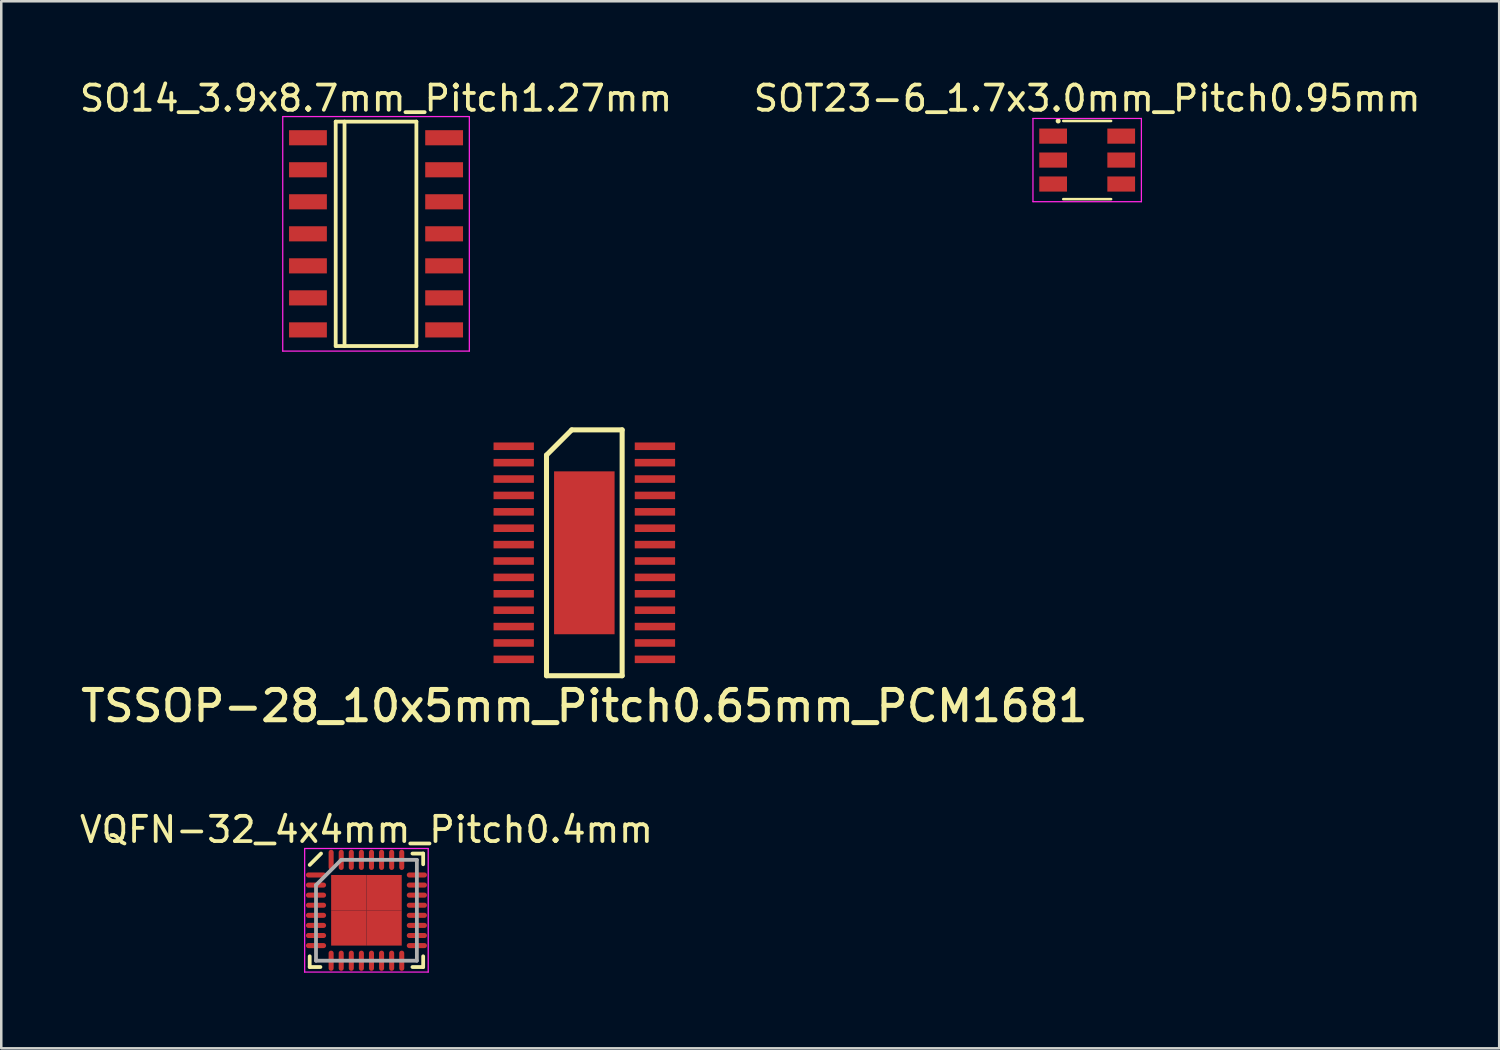
<source format=kicad_pcb>
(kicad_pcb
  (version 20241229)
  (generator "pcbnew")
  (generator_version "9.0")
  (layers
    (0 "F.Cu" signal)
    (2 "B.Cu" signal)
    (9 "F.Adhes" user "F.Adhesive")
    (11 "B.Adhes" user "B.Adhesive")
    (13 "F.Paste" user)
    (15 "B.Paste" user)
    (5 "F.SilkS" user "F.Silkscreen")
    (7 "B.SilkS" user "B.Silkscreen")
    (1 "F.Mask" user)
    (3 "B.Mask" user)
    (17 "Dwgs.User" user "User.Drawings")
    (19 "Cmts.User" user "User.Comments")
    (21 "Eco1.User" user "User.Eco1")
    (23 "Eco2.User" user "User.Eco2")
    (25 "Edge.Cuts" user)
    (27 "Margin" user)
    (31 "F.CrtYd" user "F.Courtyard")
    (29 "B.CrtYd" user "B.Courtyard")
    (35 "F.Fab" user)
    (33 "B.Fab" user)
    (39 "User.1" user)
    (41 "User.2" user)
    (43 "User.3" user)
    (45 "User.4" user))
  (footprint "TSSOP-28_10x5mm_Pitch0.65mm_PCM1681"
    (layer "F.Cu")
    (at 20.123 18.873)
    (property "Reference" "TSSOP-28_10x5mm_Pitch0.65mm_PCM1681" (at 0 6.075 0) (layer "F.SilkS") (effects (font (size 1.2 1.2) (thickness 0.2))))
    (attr through_hole)
    (fp_line (start -1.5 -3.875) (end -1.5 4.875) (stroke (width 0.2) (type solid)) (layer "F.SilkS"))
    (fp_line (start -1.5 4.875) (end 1.5 4.875) (stroke (width 0.2) (type solid)) (layer "F.SilkS"))
    (fp_line (start -0.5 -4.875) (end -1.5 -3.875) (stroke (width 0.2) (type solid)) (layer "F.SilkS"))
    (fp_line (start 1.5 -4.875) (end -0.5 -4.875) (stroke (width 0.2) (type solid)) (layer "F.SilkS"))
    (fp_line (start 1.5 4.875) (end 1.5 -4.875) (stroke (width 0.2) (type solid)) (layer "F.SilkS"))
    (pad "1" smd rect (at -2.8 -4.225) (size 1.6 0.3) (layers "F.Cu" "F.Mask" "F.Paste"))
    (pad "2" smd rect (at -2.8 -3.575) (size 1.6 0.3) (layers "F.Cu" "F.Mask" "F.Paste"))
    (pad "3" smd rect (at -2.8 -2.925) (size 1.6 0.3) (layers "F.Cu" "F.Mask" "F.Paste"))
    (pad "4" smd rect (at -2.8 -2.275) (size 1.6 0.3) (layers "F.Cu" "F.Mask" "F.Paste"))
    (pad "5" smd rect (at -2.8 -1.625) (size 1.6 0.3) (layers "F.Cu" "F.Mask" "F.Paste"))
    (pad "6" smd rect (at -2.8 -0.975) (size 1.6 0.3) (layers "F.Cu" "F.Mask" "F.Paste"))
    (pad "7" smd rect (at -2.8 -0.325) (size 1.6 0.3) (layers "F.Cu" "F.Mask" "F.Paste"))
    (pad "8" smd rect (at -2.8 0.325) (size 1.6 0.3) (layers "F.Cu" "F.Mask" "F.Paste"))
    (pad "9" smd rect (at -2.8 0.975) (size 1.6 0.3) (layers "F.Cu" "F.Mask" "F.Paste"))
    (pad "10" smd rect (at -2.8 1.625) (size 1.6 0.3) (layers "F.Cu" "F.Mask" "F.Paste"))
    (pad "11" smd rect (at -2.8 2.275) (size 1.6 0.3) (layers "F.Cu" "F.Mask" "F.Paste"))
    (pad "12" smd rect (at -2.8 2.925) (size 1.6 0.3) (layers "F.Cu" "F.Mask" "F.Paste"))
    (pad "13" smd rect (at -2.8 3.575) (size 1.6 0.3) (layers "F.Cu" "F.Mask" "F.Paste"))
    (pad "14" smd rect (at -2.8 4.225) (size 1.6 0.3) (layers "F.Cu" "F.Mask" "F.Paste"))
    (pad "15" smd rect (at 2.8 4.225) (size 1.6 0.3) (layers "F.Cu" "F.Mask" "F.Paste"))
    (pad "16" smd rect (at 2.8 3.575) (size 1.6 0.3) (layers "F.Cu" "F.Mask" "F.Paste"))
    (pad "17" smd rect (at 2.8 2.925) (size 1.6 0.3) (layers "F.Cu" "F.Mask" "F.Paste"))
    (pad "18" smd rect (at 2.8 2.275) (size 1.6 0.3) (layers "F.Cu" "F.Mask" "F.Paste"))
    (pad "19" smd rect (at 2.8 1.625) (size 1.6 0.3) (layers "F.Cu" "F.Mask" "F.Paste"))
    (pad "20" smd rect (at 2.8 0.975) (size 1.6 0.3) (layers "F.Cu" "F.Mask" "F.Paste"))
    (pad "21" smd rect (at 2.8 0.325) (size 1.6 0.3) (layers "F.Cu" "F.Mask" "F.Paste"))
    (pad "22" smd rect (at 2.8 -0.325) (size 1.6 0.3) (layers "F.Cu" "F.Mask" "F.Paste"))
    (pad "23" smd rect (at 2.8 -0.975) (size 1.6 0.3) (layers "F.Cu" "F.Mask" "F.Paste"))
    (pad "24" smd rect (at 2.8 -1.625) (size 1.6 0.3) (layers "F.Cu" "F.Mask" "F.Paste"))
    (pad "25" smd rect (at 2.8 -2.275) (size 1.6 0.3) (layers "F.Cu" "F.Mask" "F.Paste"))
    (pad "26" smd rect (at 2.8 -2.925) (size 1.6 0.3) (layers "F.Cu" "F.Mask" "F.Paste"))
    (pad "27" smd rect (at 2.8 -3.575) (size 1.6 0.3) (layers "F.Cu" "F.Mask" "F.Paste"))
    (pad "28" smd rect (at 2.8 -4.225) (size 1.6 0.3) (layers "F.Cu" "F.Mask" "F.Paste"))
    (pad "29" smd rect (at 0 0) (size 2.4 6.46) (layers "F.Cu" "F.Mask" "F.Paste")))
  (footprint "SO14_3.9x8.7mm_Pitch1.27mm"
    (layer "F.Cu")
    (at 11.863 6.223)
    (property "Reference" "SO14_3.9x8.7mm_Pitch1.27mm" (at 0 -5.375 0) (layer "F.SilkS") (effects (font (size 1 1) (thickness 0.15))))
    (attr smd)
    (fp_line (start -1.6 -4.45) (end -1.6 4.45) (stroke (width 0.15) (type solid)) (layer "F.SilkS"))
    (fp_line (start -1.6 -4.45) (end 1.6 -4.45) (stroke (width 0.15) (type solid)) (layer "F.SilkS"))
    (fp_line (start -1.6 4.45) (end 1.6 4.45) (stroke (width 0.15) (type solid)) (layer "F.SilkS"))
    (fp_line (start -1.25 -4.45) (end -1.25 4.45) (stroke (width 0.15) (type solid)) (layer "F.SilkS"))
    (fp_line (start 1.6 -4.45) (end 1.6 4.45) (stroke (width 0.15) (type solid)) (layer "F.SilkS"))
    (fp_line (start -3.7 -4.65) (end -3.7 4.65) (stroke (width 0.05) (type solid)) (layer "F.CrtYd"))
    (fp_line (start -3.7 -4.65) (end 3.7 -4.65) (stroke (width 0.05) (type solid)) (layer "F.CrtYd"))
    (fp_line (start -3.7 4.65) (end 3.7 4.65) (stroke (width 0.05) (type solid)) (layer "F.CrtYd"))
    (fp_line (start 3.7 -4.65) (end 3.7 4.65) (stroke (width 0.05) (type solid)) (layer "F.CrtYd"))
    (pad "1" smd rect (at -2.7 -3.81) (size 1.5 0.6) (layers "F.Cu" "F.Mask" "F.Paste"))
    (pad "2" smd rect (at -2.7 -2.54) (size 1.5 0.6) (layers "F.Cu" "F.Mask" "F.Paste"))
    (pad "3" smd rect (at -2.7 -1.27) (size 1.5 0.6) (layers "F.Cu" "F.Mask" "F.Paste"))
    (pad "4" smd rect (at -2.7 0) (size 1.5 0.6) (layers "F.Cu" "F.Mask" "F.Paste"))
    (pad "5" smd rect (at -2.7 1.27) (size 1.5 0.6) (layers "F.Cu" "F.Mask" "F.Paste"))
    (pad "6" smd rect (at -2.7 2.54) (size 1.5 0.6) (layers "F.Cu" "F.Mask" "F.Paste"))
    (pad "7" smd rect (at -2.7 3.81) (size 1.5 0.6) (layers "F.Cu" "F.Mask" "F.Paste"))
    (pad "8" smd rect (at 2.7 3.81) (size 1.5 0.6) (layers "F.Cu" "F.Mask" "F.Paste"))
    (pad "9" smd rect (at 2.7 2.54) (size 1.5 0.6) (layers "F.Cu" "F.Mask" "F.Paste"))
    (pad "10" smd rect (at 2.7 1.27) (size 1.5 0.6) (layers "F.Cu" "F.Mask" "F.Paste"))
    (pad "11" smd rect (at 2.7 0) (size 1.5 0.6) (layers "F.Cu" "F.Mask" "F.Paste"))
    (pad "12" smd rect (at 2.7 -1.27) (size 1.5 0.6) (layers "F.Cu" "F.Mask" "F.Paste"))
    (pad "13" smd rect (at 2.7 -2.54) (size 1.5 0.6) (layers "F.Cu" "F.Mask" "F.Paste"))
    (pad "14" smd rect (at 2.7 -3.81) (size 1.5 0.6) (layers "F.Cu" "F.Mask" "F.Paste")))
  (footprint "SOT23-6_1.7x3.0mm_Pitch0.95mm"
    (layer "F.Cu")
    (at 40.065 3.298)
    (property "Reference" "SOT23-6_1.7x3.0mm_Pitch0.95mm" (at 0 -2.45 0) (layer "F.SilkS") (effects (font (size 1 1) (thickness 0.15))))
    (attr smd)
    (fp_line (start -0.95 -1.55) (end 0.95 -1.55) (stroke (width 0.1) (type solid)) (layer "F.SilkS"))
    (fp_line (start -0.95 1.55) (end 0.95 1.55) (stroke (width 0.1) (type solid)) (layer "F.SilkS"))
    (fp_circle (center -1.15 -1.55) (end -1.1 -1.55) (stroke (width 0.1) (type solid)) (fill no) (layer "F.SilkS"))
    (fp_line (start -2.15 -1.65) (end -2.15 1.65) (stroke (width 0.05) (type solid)) (layer "F.CrtYd"))
    (fp_line (start -2.15 -1.65) (end 2.15 -1.65) (stroke (width 0.05) (type solid)) (layer "F.CrtYd"))
    (fp_line (start -2.15 1.65) (end 2.15 1.65) (stroke (width 0.05) (type solid)) (layer "F.CrtYd"))
    (fp_line (start 2.15 -1.65) (end 2.15 1.65) (stroke (width 0.05) (type solid)) (layer "F.CrtYd"))
    (pad "1" smd rect (at -1.35 -0.95) (size 1.1 0.6) (layers "F.Cu" "F.Mask" "F.Paste"))
    (pad "2" smd rect (at -1.35 0) (size 1.1 0.6) (layers "F.Cu" "F.Mask" "F.Paste"))
    (pad "3" smd rect (at -1.35 0.95) (size 1.1 0.6) (layers "F.Cu" "F.Mask" "F.Paste"))
    (pad "4" smd rect (at 1.35 0.95) (size 1.1 0.6) (layers "F.Cu" "F.Mask" "F.Paste"))
    (pad "5" smd rect (at 1.35 0) (size 1.1 0.6) (layers "F.Cu" "F.Mask" "F.Paste"))
    (pad "6" smd rect (at 1.35 -0.95) (size 1.1 0.6) (layers "F.Cu" "F.Mask" "F.Paste")))
  (footprint "VQFN-32_4x4mm_Pitch0.4mm"
    (layer "F.Cu")
    (at 11.482 33.05)
    (property "Reference" "VQFN-32_4x4mm_Pitch0.4mm" (at 0 -3.2 0) (layer "F.SilkS") (effects (font (size 1 1) (thickness 0.15))))
    (attr smd)
    (fp_line (start -2.25 2.25) (end -2.25 1.825) (stroke (width 0.15) (type solid)) (layer "F.SilkS"))
    (fp_line (start -2.25 2.25) (end -1.825 2.25) (stroke (width 0.15) (type solid)) (layer "F.SilkS"))
    (fp_line (start -1.8 -2.25) (end -2.25 -1.8) (stroke (width 0.15) (type solid)) (layer "F.SilkS"))
    (fp_line (start 2.25 -2.25) (end 1.825 -2.25) (stroke (width 0.15) (type solid)) (layer "F.SilkS"))
    (fp_line (start 2.25 -2.25) (end 2.25 -1.825) (stroke (width 0.15) (type solid)) (layer "F.SilkS"))
    (fp_line (start 2.25 2.25) (end 1.825 2.25) (stroke (width 0.15) (type solid)) (layer "F.SilkS"))
    (fp_line (start 2.25 2.25) (end 2.25 1.825) (stroke (width 0.15) (type solid)) (layer "F.SilkS"))
    (fp_line (start -2.45 -2.45) (end -2.45 2.45) (stroke (width 0.05) (type solid)) (layer "F.CrtYd"))
    (fp_line (start -2.45 -2.45) (end 2.45 -2.45) (stroke (width 0.05) (type solid)) (layer "F.CrtYd"))
    (fp_line (start -2.45 2.45) (end 2.45 2.45) (stroke (width 0.05) (type solid)) (layer "F.CrtYd"))
    (fp_line (start 2.45 -2.45) (end 2.45 2.45) (stroke (width 0.05) (type solid)) (layer "F.CrtYd"))
    (fp_line (start -2 -1) (end -1 -2) (stroke (width 0.15) (type solid)) (layer "F.Fab"))
    (fp_line (start -2 2) (end -2 -1) (stroke (width 0.15) (type solid)) (layer "F.Fab"))
    (fp_line (start -1 -2) (end 2 -2) (stroke (width 0.15) (type solid)) (layer "F.Fab"))
    (fp_line (start 2 -2) (end 2 2) (stroke (width 0.15) (type solid)) (layer "F.Fab"))
    (fp_line (start 2 2) (end -2 2) (stroke (width 0.15) (type solid)) (layer "F.Fab"))
    (pad "1" smd oval (at -2 -1.4) (size 0.8 0.2) (layers "F.Cu" "F.Mask" "F.Paste"))
    (pad "2" smd oval (at -2 -1) (size 0.8 0.2) (layers "F.Cu" "F.Mask" "F.Paste"))
    (pad "3" smd oval (at -2 -0.6) (size 0.8 0.2) (layers "F.Cu" "F.Mask" "F.Paste"))
    (pad "4" smd oval (at -2 -0.2) (size 0.8 0.2) (layers "F.Cu" "F.Mask" "F.Paste"))
    (pad "5" smd oval (at -2 0.2) (size 0.8 0.2) (layers "F.Cu" "F.Mask" "F.Paste"))
    (pad "6" smd oval (at -2 0.6) (size 0.8 0.2) (layers "F.Cu" "F.Mask" "F.Paste"))
    (pad "7" smd oval (at -2 1) (size 0.8 0.2) (layers "F.Cu" "F.Mask" "F.Paste"))
    (pad "8" smd oval (at -2 1.4) (size 0.8 0.2) (layers "F.Cu" "F.Mask" "F.Paste"))
    (pad "9" smd oval (at -1.4 2 90) (size 0.8 0.2) (layers "F.Cu" "F.Mask" "F.Paste"))
    (pad "10" smd oval (at -1 2 90) (size 0.8 0.2) (layers "F.Cu" "F.Mask" "F.Paste"))
    (pad "11" smd oval (at -0.6 2 90) (size 0.8 0.2) (layers "F.Cu" "F.Mask" "F.Paste"))
    (pad "12" smd oval (at -0.2 2 90) (size 0.8 0.2) (layers "F.Cu" "F.Mask" "F.Paste"))
    (pad "13" smd oval (at 0.2 2 90) (size 0.8 0.2) (layers "F.Cu" "F.Mask" "F.Paste"))
    (pad "14" smd oval (at 0.6 2 90) (size 0.8 0.2) (layers "F.Cu" "F.Mask" "F.Paste"))
    (pad "15" smd oval (at 1 2 90) (size 0.8 0.2) (layers "F.Cu" "F.Mask" "F.Paste"))
    (pad "16" smd oval (at 1.4 2 90) (size 0.8 0.2) (layers "F.Cu" "F.Mask" "F.Paste"))
    (pad "17" smd oval (at 2 1.4) (size 0.8 0.2) (layers "F.Cu" "F.Mask" "F.Paste"))
    (pad "18" smd oval (at 2 1) (size 0.8 0.2) (layers "F.Cu" "F.Mask" "F.Paste"))
    (pad "19" smd oval (at 2 0.6) (size 0.8 0.2) (layers "F.Cu" "F.Mask" "F.Paste"))
    (pad "20" smd oval (at 2 0.2) (size 0.8 0.2) (layers "F.Cu" "F.Mask" "F.Paste"))
    (pad "21" smd oval (at 2 -0.2) (size 0.8 0.2) (layers "F.Cu" "F.Mask" "F.Paste"))
    (pad "22" smd oval (at 2 -0.6) (size 0.8 0.2) (layers "F.Cu" "F.Mask" "F.Paste"))
    (pad "23" smd oval (at 2 -1) (size 0.8 0.2) (layers "F.Cu" "F.Mask" "F.Paste"))
    (pad "24" smd oval (at 2 -1.4) (size 0.8 0.2) (layers "F.Cu" "F.Mask" "F.Paste"))
    (pad "25" smd oval (at 1.4 -2 90) (size 0.8 0.2) (layers "F.Cu" "F.Mask" "F.Paste"))
    (pad "26" smd oval (at 1 -2 90) (size 0.8 0.2) (layers "F.Cu" "F.Mask" "F.Paste"))
    (pad "27" smd oval (at 0.6 -2 90) (size 0.8 0.2) (layers "F.Cu" "F.Mask" "F.Paste"))
    (pad "28" smd oval (at 0.2 -2 90) (size 0.8 0.2) (layers "F.Cu" "F.Mask" "F.Paste"))
    (pad "29" smd oval (at -0.2 -2 90) (size 0.8 0.2) (layers "F.Cu" "F.Mask" "F.Paste"))
    (pad "30" smd oval (at -0.6 -2 90) (size 0.8 0.2) (layers "F.Cu" "F.Mask" "F.Paste"))
    (pad "31" smd oval (at -1 -2 90) (size 0.8 0.2) (layers "F.Cu" "F.Mask" "F.Paste"))
    (pad "32" smd oval (at -1.4 -2 90) (size 0.8 0.2) (layers "F.Cu" "F.Mask" "F.Paste"))
    (pad "33" smd rect (at -0.7 -0.7) (size 1.4 1.4) (layers "F.Cu" "F.Mask" "F.Paste"))
    (pad "33" smd rect (at -0.7 0.7) (size 1.4 1.4) (layers "F.Cu" "F.Mask" "F.Paste"))
    (pad "33" smd rect (at 0.7 -0.7) (size 1.4 1.4) (layers "F.Cu" "F.Mask" "F.Paste"))
    (pad "33" smd rect (at 0.7 0.7) (size 1.4 1.4) (layers "F.Cu" "F.Mask" "F.Paste")))
  (gr_rect
    (start -3 -3)
    (end 56.405 38.525)
    (stroke (width 0.1) (type default))
    (fill no)
    (layer "Edge.Cuts")))
</source>
